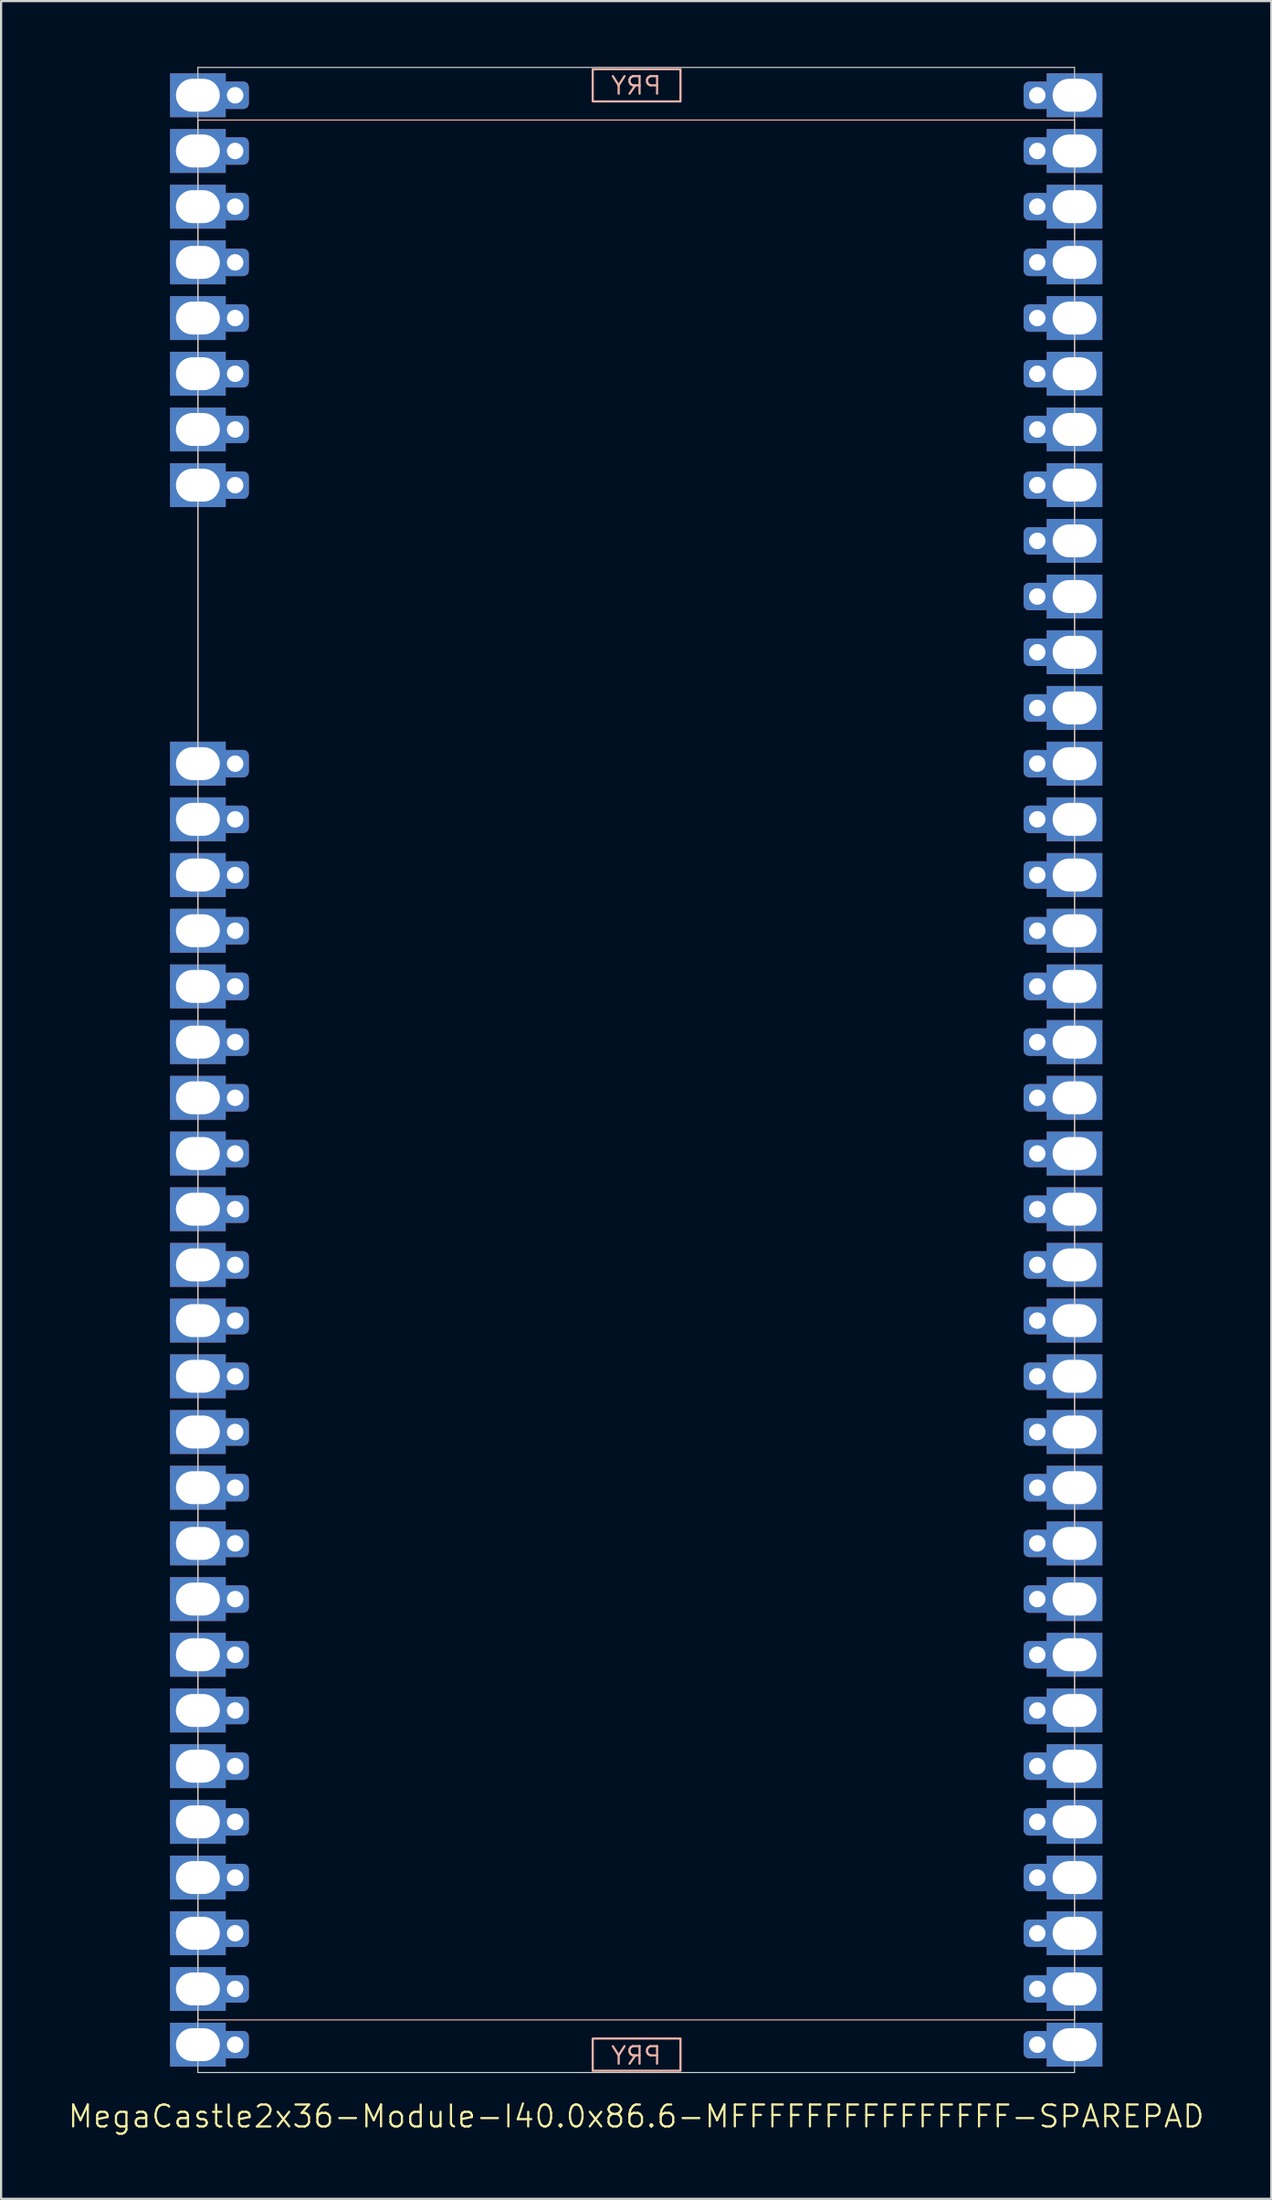
<source format=kicad_pcb>
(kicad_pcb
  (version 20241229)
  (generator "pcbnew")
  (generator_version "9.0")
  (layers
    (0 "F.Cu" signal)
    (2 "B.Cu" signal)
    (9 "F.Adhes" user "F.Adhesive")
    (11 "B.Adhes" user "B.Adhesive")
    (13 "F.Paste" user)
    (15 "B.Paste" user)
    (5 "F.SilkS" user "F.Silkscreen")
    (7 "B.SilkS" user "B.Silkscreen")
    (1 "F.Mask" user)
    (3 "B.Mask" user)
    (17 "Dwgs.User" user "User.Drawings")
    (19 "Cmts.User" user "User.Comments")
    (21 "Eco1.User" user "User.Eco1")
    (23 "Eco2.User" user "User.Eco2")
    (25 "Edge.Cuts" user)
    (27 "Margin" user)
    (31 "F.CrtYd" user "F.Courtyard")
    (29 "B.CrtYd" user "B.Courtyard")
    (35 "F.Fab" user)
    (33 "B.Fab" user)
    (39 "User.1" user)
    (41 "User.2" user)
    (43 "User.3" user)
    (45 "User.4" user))
  (footprint "MegaCastle2x36-Module-I40.0x86.6-MFFFFFFFFFFFFFFF-SPAREPAD"
    (layer "F.Cu")
    (at 25.979 45.745)
    (property "Reference" "MegaCastle2x36-Module-I40.0x86.6-MFFFFFFFFFFFFFFF-SPAREPAD" (at 0 47.72 0) (unlocked yes) (layer "F.SilkS") (effects (font (size 1 1) (thickness 0.1))))
    (attr smd)
    (fp_rect (start -20 43.32) (end 20 -43.32) (stroke (width 0.05) (type default)) (fill no) (layer "B.SilkS"))
    (fp_rect (start -1.984 -44.171) (end 2.02 -45.64) (stroke (width 0.1) (type default)) (fill no) (layer "B.SilkS"))
    (fp_rect (start -1.984 44.171) (end 2.02 45.64) (stroke (width 0.1) (type default)) (fill no) (layer "B.SilkS"))
    (fp_line (start -20 -45.72) (end -20 45.72) (stroke (width 0.05) (type default)) (layer "Edge.Cuts"))
    (fp_line (start -20 -45.72) (end 20 -45.72) (stroke (width 0.05) (type default)) (layer "Edge.Cuts"))
    (fp_line (start -20 45.72) (end 20 45.72) (stroke (width 0.05) (type default)) (layer "Edge.Cuts"))
    (fp_line (start 20 -45.72) (end 20 45.72) (stroke (width 0.05) (type default)) (layer "Edge.Cuts"))
    (fp_text user "PRY" (at 0 -44.42 0) (unlocked yes) (layer "B.SilkS") (effects (font (size 0.8 0.8) (thickness 0.1)) (justify bottom mirror)))
    (fp_text user "PRY" (at 0 45.42 0) (unlocked yes) (layer "B.SilkS") (effects (font (size 0.8 0.8) (thickness 0.1)) (justify bottom mirror)))
    (pad "1" thru_hole rect (at -20 -44.45) (size 2.54 2) (drill oval 2 1.5) (property pad_prop_castellated) (layers "*.Cu" "*.Mask"))
    (pad "1" thru_hole roundrect (at -18.3 -44.45 180) (size 1.25 1.25) (drill 0.75) (layers "*.Cu" "*.Mask") (roundrect_rratio 0.2))
    (pad "2" thru_hole rect (at -20 -41.91) (size 2.54 2) (drill oval 2 1.5) (property pad_prop_castellated) (layers "*.Cu" "*.Mask"))
    (pad "2" thru_hole roundrect (at -18.3 -41.91 180) (size 1.25 1.25) (drill 0.75) (layers "*.Cu" "*.Mask") (roundrect_rratio 0.2))
    (pad "3" thru_hole rect (at -20 -39.37) (size 2.54 2) (drill oval 2 1.5) (property pad_prop_castellated) (layers "*.Cu" "*.Mask"))
    (pad "3" thru_hole roundrect (at -18.3 -39.37 180) (size 1.25 1.25) (drill 0.75) (layers "*.Cu" "*.Mask") (roundrect_rratio 0.2))
    (pad "4" thru_hole rect (at -20 -36.83) (size 2.54 2) (drill oval 2 1.5) (property pad_prop_castellated) (layers "*.Cu" "*.Mask"))
    (pad "4" thru_hole roundrect (at -18.3 -36.83 180) (size 1.25 1.25) (drill 0.75) (layers "*.Cu" "*.Mask") (roundrect_rratio 0.2))
    (pad "5" thru_hole rect (at -20 -34.29) (size 2.54 2) (drill oval 2 1.5) (property pad_prop_castellated) (layers "*.Cu" "*.Mask"))
    (pad "5" thru_hole roundrect (at -18.3 -34.29 180) (size 1.25 1.25) (drill 0.75) (layers "*.Cu" "*.Mask") (roundrect_rratio 0.2))
    (pad "6" thru_hole rect (at -20 -31.75) (size 2.54 2) (drill oval 2 1.5) (property pad_prop_castellated) (layers "*.Cu" "*.Mask"))
    (pad "6" thru_hole roundrect (at -18.3 -31.75 180) (size 1.25 1.25) (drill 0.75) (layers "*.Cu" "*.Mask") (roundrect_rratio 0.2))
    (pad "7" thru_hole rect (at -20 -29.21) (size 2.54 2) (drill oval 2 1.5) (property pad_prop_castellated) (layers "*.Cu" "*.Mask"))
    (pad "7" thru_hole roundrect (at -18.3 -29.21 180) (size 1.25 1.25) (drill 0.75) (layers "*.Cu" "*.Mask") (roundrect_rratio 0.2))
    (pad "8" thru_hole rect (at -20 -26.67) (size 2.54 2) (drill oval 2 1.5) (property pad_prop_castellated) (layers "*.Cu" "*.Mask"))
    (pad "8" thru_hole roundrect (at -18.3 -26.67 180) (size 1.25 1.25) (drill 0.75) (layers "*.Cu" "*.Mask") (roundrect_rratio 0.2))
    (pad "13" thru_hole rect (at -20 -13.97) (size 2.54 2) (drill oval 2 1.5) (property pad_prop_castellated) (layers "*.Cu" "*.Mask"))
    (pad "13" thru_hole roundrect (at -18.3 -13.97 180) (size 1.25 1.25) (drill 0.75) (layers "*.Cu" "*.Mask") (roundrect_rratio 0.2))
    (pad "14" thru_hole rect (at -20 -11.43) (size 2.54 2) (drill oval 2 1.5) (property pad_prop_castellated) (layers "*.Cu" "*.Mask"))
    (pad "14" thru_hole roundrect (at -18.3 -11.43 180) (size 1.25 1.25) (drill 0.75) (layers "*.Cu" "*.Mask") (roundrect_rratio 0.2))
    (pad "15" thru_hole rect (at -20 -8.89) (size 2.54 2) (drill oval 2 1.5) (property pad_prop_castellated) (layers "*.Cu" "*.Mask"))
    (pad "15" thru_hole roundrect (at -18.3 -8.89 180) (size 1.25 1.25) (drill 0.75) (layers "*.Cu" "*.Mask") (roundrect_rratio 0.2))
    (pad "16" thru_hole rect (at -20 -6.35) (size 2.54 2) (drill oval 2 1.5) (property pad_prop_castellated) (layers "*.Cu" "*.Mask"))
    (pad "16" thru_hole roundrect (at -18.3 -6.35 180) (size 1.25 1.25) (drill 0.75) (layers "*.Cu" "*.Mask") (roundrect_rratio 0.2))
    (pad "17" thru_hole rect (at -20 -3.81) (size 2.54 2) (drill oval 2 1.5) (property pad_prop_castellated) (layers "*.Cu" "*.Mask"))
    (pad "17" thru_hole roundrect (at -18.3 -3.81 180) (size 1.25 1.25) (drill 0.75) (layers "*.Cu" "*.Mask") (roundrect_rratio 0.2))
    (pad "18" thru_hole rect (at -20 -1.27) (size 2.54 2) (drill oval 2 1.5) (property pad_prop_castellated) (layers "*.Cu" "*.Mask"))
    (pad "18" thru_hole roundrect (at -18.3 -1.27 180) (size 1.25 1.25) (drill 0.75) (layers "*.Cu" "*.Mask") (roundrect_rratio 0.2))
    (pad "19" thru_hole rect (at -20 1.27) (size 2.54 2) (drill oval 2 1.5) (property pad_prop_castellated) (layers "*.Cu" "*.Mask"))
    (pad "19" thru_hole roundrect (at -18.3 1.27 180) (size 1.25 1.25) (drill 0.75) (layers "*.Cu" "*.Mask") (roundrect_rratio 0.2))
    (pad "20" thru_hole rect (at -20 3.81) (size 2.54 2) (drill oval 2 1.5) (property pad_prop_castellated) (layers "*.Cu" "*.Mask"))
    (pad "20" thru_hole roundrect (at -18.3 3.81 180) (size 1.25 1.25) (drill 0.75) (layers "*.Cu" "*.Mask") (roundrect_rratio 0.2))
    (pad "21" thru_hole rect (at -20 6.35) (size 2.54 2) (drill oval 2 1.5) (property pad_prop_castellated) (layers "*.Cu" "*.Mask"))
    (pad "21" thru_hole roundrect (at -18.3 6.35 180) (size 1.25 1.25) (drill 0.75) (layers "*.Cu" "*.Mask") (roundrect_rratio 0.2))
    (pad "22" thru_hole rect (at -20 8.89) (size 2.54 2) (drill oval 2 1.5) (property pad_prop_castellated) (layers "*.Cu" "*.Mask"))
    (pad "22" thru_hole roundrect (at -18.3 8.89 180) (size 1.25 1.25) (drill 0.75) (layers "*.Cu" "*.Mask") (roundrect_rratio 0.2))
    (pad "23" thru_hole rect (at -20 11.43) (size 2.54 2) (drill oval 2 1.5) (property pad_prop_castellated) (layers "*.Cu" "*.Mask"))
    (pad "23" thru_hole roundrect (at -18.3 11.43 180) (size 1.25 1.25) (drill 0.75) (layers "*.Cu" "*.Mask") (roundrect_rratio 0.2))
    (pad "24" thru_hole rect (at -20 13.97) (size 2.54 2) (drill oval 2 1.5) (property pad_prop_castellated) (layers "*.Cu" "*.Mask"))
    (pad "24" thru_hole roundrect (at -18.3 13.97 180) (size 1.25 1.25) (drill 0.75) (layers "*.Cu" "*.Mask") (roundrect_rratio 0.2))
    (pad "25" thru_hole rect (at -20 16.51) (size 2.54 2) (drill oval 2 1.5) (property pad_prop_castellated) (layers "*.Cu" "*.Mask"))
    (pad "25" thru_hole roundrect (at -18.3 16.51 180) (size 1.25 1.25) (drill 0.75) (layers "*.Cu" "*.Mask") (roundrect_rratio 0.2))
    (pad "26" thru_hole rect (at -20 19.05) (size 2.54 2) (drill oval 2 1.5) (property pad_prop_castellated) (layers "*.Cu" "*.Mask"))
    (pad "26" thru_hole roundrect (at -18.3 19.05 180) (size 1.25 1.25) (drill 0.75) (layers "*.Cu" "*.Mask") (roundrect_rratio 0.2))
    (pad "27" thru_hole rect (at -20 21.59) (size 2.54 2) (drill oval 2 1.5) (property pad_prop_castellated) (layers "*.Cu" "*.Mask"))
    (pad "27" thru_hole roundrect (at -18.3 21.59 180) (size 1.25 1.25) (drill 0.75) (layers "*.Cu" "*.Mask") (roundrect_rratio 0.2))
    (pad "28" thru_hole rect (at -20 24.13) (size 2.54 2) (drill oval 2 1.5) (property pad_prop_castellated) (layers "*.Cu" "*.Mask"))
    (pad "28" thru_hole roundrect (at -18.3 24.13 180) (size 1.25 1.25) (drill 0.75) (layers "*.Cu" "*.Mask") (roundrect_rratio 0.2))
    (pad "29" thru_hole rect (at -20 26.67) (size 2.54 2) (drill oval 2 1.5) (property pad_prop_castellated) (layers "*.Cu" "*.Mask"))
    (pad "29" thru_hole roundrect (at -18.3 26.67 180) (size 1.25 1.25) (drill 0.75) (layers "*.Cu" "*.Mask") (roundrect_rratio 0.2))
    (pad "30" thru_hole rect (at -20 29.21) (size 2.54 2) (drill oval 2 1.5) (property pad_prop_castellated) (layers "*.Cu" "*.Mask"))
    (pad "30" thru_hole roundrect (at -18.3 29.21 180) (size 1.25 1.25) (drill 0.75) (layers "*.Cu" "*.Mask") (roundrect_rratio 0.2))
    (pad "31" thru_hole rect (at -20 31.75) (size 2.54 2) (drill oval 2 1.5) (property pad_prop_castellated) (layers "*.Cu" "*.Mask"))
    (pad "31" thru_hole roundrect (at -18.3 31.75 180) (size 1.25 1.25) (drill 0.75) (layers "*.Cu" "*.Mask") (roundrect_rratio 0.2))
    (pad "32" thru_hole rect (at -20 34.29) (size 2.54 2) (drill oval 2 1.5) (property pad_prop_castellated) (layers "*.Cu" "*.Mask"))
    (pad "32" thru_hole roundrect (at -18.3 34.29 180) (size 1.25 1.25) (drill 0.75) (layers "*.Cu" "*.Mask") (roundrect_rratio 0.2))
    (pad "33" thru_hole rect (at -20 36.83) (size 2.54 2) (drill oval 2 1.5) (property pad_prop_castellated) (layers "*.Cu" "*.Mask"))
    (pad "33" thru_hole roundrect (at -18.3 36.83 180) (size 1.25 1.25) (drill 0.75) (layers "*.Cu" "*.Mask") (roundrect_rratio 0.2))
    (pad "34" thru_hole rect (at -20 39.37) (size 2.54 2) (drill oval 2 1.5) (property pad_prop_castellated) (layers "*.Cu" "*.Mask"))
    (pad "34" thru_hole roundrect (at -18.3 39.37 180) (size 1.25 1.25) (drill 0.75) (layers "*.Cu" "*.Mask") (roundrect_rratio 0.2))
    (pad "35" thru_hole rect (at -20 41.91) (size 2.54 2) (drill oval 2 1.5) (property pad_prop_castellated) (layers "*.Cu" "*.Mask"))
    (pad "35" thru_hole roundrect (at -18.3 41.91 180) (size 1.25 1.25) (drill 0.75) (layers "*.Cu" "*.Mask") (roundrect_rratio 0.2))
    (pad "36" thru_hole rect (at -20 44.45) (size 2.54 2) (drill oval 2 1.5) (property pad_prop_castellated) (layers "*.Cu" "*.Mask"))
    (pad "36" thru_hole roundrect (at -18.3 44.45 180) (size 1.25 1.25) (drill 0.75) (layers "*.Cu" "*.Mask") (roundrect_rratio 0.2))
    (pad "37" thru_hole roundrect (at 18.3 -44.45 180) (size 1.25 1.25) (drill 0.75) (layers "*.Cu" "*.Mask") (roundrect_rratio 0.2))
    (pad "37" thru_hole rect (at 20 -44.45) (size 2.54 2) (drill oval 2 1.5) (property pad_prop_castellated) (layers "*.Cu" "*.Mask"))
    (pad "38" thru_hole roundrect (at 18.3 -41.91 180) (size 1.25 1.25) (drill 0.75) (layers "*.Cu" "*.Mask") (roundrect_rratio 0.2))
    (pad "38" thru_hole rect (at 20 -41.91) (size 2.54 2) (drill oval 2 1.5) (property pad_prop_castellated) (layers "*.Cu" "*.Mask"))
    (pad "39" thru_hole roundrect (at 18.3 -39.37 180) (size 1.25 1.25) (drill 0.75) (layers "*.Cu" "*.Mask") (roundrect_rratio 0.2))
    (pad "39" thru_hole rect (at 20 -39.37) (size 2.54 2) (drill oval 2 1.5) (property pad_prop_castellated) (layers "*.Cu" "*.Mask"))
    (pad "40" thru_hole roundrect (at 18.3 -36.83 180) (size 1.25 1.25) (drill 0.75) (layers "*.Cu" "*.Mask") (roundrect_rratio 0.2))
    (pad "40" thru_hole rect (at 20 -36.83) (size 2.54 2) (drill oval 2 1.5) (property pad_prop_castellated) (layers "*.Cu" "*.Mask"))
    (pad "41" thru_hole roundrect (at 18.3 -34.29 180) (size 1.25 1.25) (drill 0.75) (layers "*.Cu" "*.Mask") (roundrect_rratio 0.2))
    (pad "41" thru_hole rect (at 20 -34.29) (size 2.54 2) (drill oval 2 1.5) (property pad_prop_castellated) (layers "*.Cu" "*.Mask"))
    (pad "42" thru_hole roundrect (at 18.3 -31.75 180) (size 1.25 1.25) (drill 0.75) (layers "*.Cu" "*.Mask") (roundrect_rratio 0.2))
    (pad "42" thru_hole rect (at 20 -31.75) (size 2.54 2) (drill oval 2 1.5) (property pad_prop_castellated) (layers "*.Cu" "*.Mask"))
    (pad "43" thru_hole roundrect (at 18.3 -29.21 180) (size 1.25 1.25) (drill 0.75) (layers "*.Cu" "*.Mask") (roundrect_rratio 0.2))
    (pad "43" thru_hole rect (at 20 -29.21) (size 2.54 2) (drill oval 2 1.5) (property pad_prop_castellated) (layers "*.Cu" "*.Mask"))
    (pad "44" thru_hole roundrect (at 18.3 -26.67 180) (size 1.25 1.25) (drill 0.75) (layers "*.Cu" "*.Mask") (roundrect_rratio 0.2))
    (pad "44" thru_hole rect (at 20 -26.67) (size 2.54 2) (drill oval 2 1.5) (property pad_prop_castellated) (layers "*.Cu" "*.Mask"))
    (pad "45" thru_hole roundrect (at 18.3 -24.13 180) (size 1.25 1.25) (drill 0.75) (layers "*.Cu" "*.Mask") (roundrect_rratio 0.2))
    (pad "45" thru_hole rect (at 20 -24.13) (size 2.54 2) (drill oval 2 1.5) (property pad_prop_castellated) (layers "*.Cu" "*.Mask"))
    (pad "46" thru_hole roundrect (at 18.3 -21.59 180) (size 1.25 1.25) (drill 0.75) (layers "*.Cu" "*.Mask") (roundrect_rratio 0.2))
    (pad "46" thru_hole rect (at 20 -21.59) (size 2.54 2) (drill oval 2 1.5) (property pad_prop_castellated) (layers "*.Cu" "*.Mask"))
    (pad "47" thru_hole roundrect (at 18.3 -19.05 180) (size 1.25 1.25) (drill 0.75) (layers "*.Cu" "*.Mask") (roundrect_rratio 0.2))
    (pad "47" thru_hole rect (at 20 -19.05) (size 2.54 2) (drill oval 2 1.5) (property pad_prop_castellated) (layers "*.Cu" "*.Mask"))
    (pad "48" thru_hole roundrect (at 18.3 -16.51 180) (size 1.25 1.25) (drill 0.75) (layers "*.Cu" "*.Mask") (roundrect_rratio 0.2))
    (pad "48" thru_hole rect (at 20 -16.51) (size 2.54 2) (drill oval 2 1.5) (property pad_prop_castellated) (layers "*.Cu" "*.Mask"))
    (pad "49" thru_hole roundrect (at 18.3 -13.97 180) (size 1.25 1.25) (drill 0.75) (layers "*.Cu" "*.Mask") (roundrect_rratio 0.2))
    (pad "49" thru_hole rect (at 20 -13.97) (size 2.54 2) (drill oval 2 1.5) (property pad_prop_castellated) (layers "*.Cu" "*.Mask"))
    (pad "50" thru_hole roundrect (at 18.3 -11.43 180) (size 1.25 1.25) (drill 0.75) (layers "*.Cu" "*.Mask") (roundrect_rratio 0.2))
    (pad "50" thru_hole rect (at 20 -11.43) (size 2.54 2) (drill oval 2 1.5) (property pad_prop_castellated) (layers "*.Cu" "*.Mask"))
    (pad "51" thru_hole roundrect (at 18.3 -8.89 180) (size 1.25 1.25) (drill 0.75) (layers "*.Cu" "*.Mask") (roundrect_rratio 0.2))
    (pad "51" thru_hole rect (at 20 -8.89) (size 2.54 2) (drill oval 2 1.5) (property pad_prop_castellated) (layers "*.Cu" "*.Mask"))
    (pad "52" thru_hole roundrect (at 18.3 -6.35 180) (size 1.25 1.25) (drill 0.75) (layers "*.Cu" "*.Mask") (roundrect_rratio 0.2))
    (pad "52" thru_hole rect (at 20 -6.35) (size 2.54 2) (drill oval 2 1.5) (property pad_prop_castellated) (layers "*.Cu" "*.Mask"))
    (pad "53" thru_hole roundrect (at 18.3 -3.81 180) (size 1.25 1.25) (drill 0.75) (layers "*.Cu" "*.Mask") (roundrect_rratio 0.2))
    (pad "53" thru_hole rect (at 20 -3.81) (size 2.54 2) (drill oval 2 1.5) (property pad_prop_castellated) (layers "*.Cu" "*.Mask"))
    (pad "54" thru_hole roundrect (at 18.3 -1.27 180) (size 1.25 1.25) (drill 0.75) (layers "*.Cu" "*.Mask") (roundrect_rratio 0.2))
    (pad "54" thru_hole rect (at 20 -1.27) (size 2.54 2) (drill oval 2 1.5) (property pad_prop_castellated) (layers "*.Cu" "*.Mask"))
    (pad "55" thru_hole roundrect (at 18.3 1.27 180) (size 1.25 1.25) (drill 0.75) (layers "*.Cu" "*.Mask") (roundrect_rratio 0.2))
    (pad "55" thru_hole rect (at 20 1.27) (size 2.54 2) (drill oval 2 1.5) (property pad_prop_castellated) (layers "*.Cu" "*.Mask"))
    (pad "56" thru_hole roundrect (at 18.3 3.81 180) (size 1.25 1.25) (drill 0.75) (layers "*.Cu" "*.Mask") (roundrect_rratio 0.2))
    (pad "56" thru_hole rect (at 20 3.81) (size 2.54 2) (drill oval 2 1.5) (property pad_prop_castellated) (layers "*.Cu" "*.Mask"))
    (pad "57" thru_hole roundrect (at 18.3 6.35 180) (size 1.25 1.25) (drill 0.75) (layers "*.Cu" "*.Mask") (roundrect_rratio 0.2))
    (pad "57" thru_hole rect (at 20 6.35) (size 2.54 2) (drill oval 2 1.5) (property pad_prop_castellated) (layers "*.Cu" "*.Mask"))
    (pad "58" thru_hole roundrect (at 18.3 8.89 180) (size 1.25 1.25) (drill 0.75) (layers "*.Cu" "*.Mask") (roundrect_rratio 0.2))
    (pad "58" thru_hole rect (at 20 8.89) (size 2.54 2) (drill oval 2 1.5) (property pad_prop_castellated) (layers "*.Cu" "*.Mask"))
    (pad "59" thru_hole roundrect (at 18.3 11.43 180) (size 1.25 1.25) (drill 0.75) (layers "*.Cu" "*.Mask") (roundrect_rratio 0.2))
    (pad "59" thru_hole rect (at 20 11.43) (size 2.54 2) (drill oval 2 1.5) (property pad_prop_castellated) (layers "*.Cu" "*.Mask"))
    (pad "60" thru_hole roundrect (at 18.3 13.97 180) (size 1.25 1.25) (drill 0.75) (layers "*.Cu" "*.Mask") (roundrect_rratio 0.2))
    (pad "60" thru_hole rect (at 20 13.97) (size 2.54 2) (drill oval 2 1.5) (property pad_prop_castellated) (layers "*.Cu" "*.Mask"))
    (pad "61" thru_hole roundrect (at 18.3 16.51 180) (size 1.25 1.25) (drill 0.75) (layers "*.Cu" "*.Mask") (roundrect_rratio 0.2))
    (pad "61" thru_hole rect (at 20 16.51) (size 2.54 2) (drill oval 2 1.5) (property pad_prop_castellated) (layers "*.Cu" "*.Mask"))
    (pad "62" thru_hole roundrect (at 18.3 19.05 180) (size 1.25 1.25) (drill 0.75) (layers "*.Cu" "*.Mask") (roundrect_rratio 0.2))
    (pad "62" thru_hole rect (at 20 19.05) (size 2.54 2) (drill oval 2 1.5) (property pad_prop_castellated) (layers "*.Cu" "*.Mask"))
    (pad "63" thru_hole roundrect (at 18.3 21.59 180) (size 1.25 1.25) (drill 0.75) (layers "*.Cu" "*.Mask") (roundrect_rratio 0.2))
    (pad "63" thru_hole rect (at 20 21.59) (size 2.54 2) (drill oval 2 1.5) (property pad_prop_castellated) (layers "*.Cu" "*.Mask"))
    (pad "64" thru_hole roundrect (at 18.3 24.13 180) (size 1.25 1.25) (drill 0.75) (layers "*.Cu" "*.Mask") (roundrect_rratio 0.2))
    (pad "64" thru_hole rect (at 20 24.13) (size 2.54 2) (drill oval 2 1.5) (property pad_prop_castellated) (layers "*.Cu" "*.Mask"))
    (pad "65" thru_hole roundrect (at 18.3 26.67 180) (size 1.25 1.25) (drill 0.75) (layers "*.Cu" "*.Mask") (roundrect_rratio 0.2))
    (pad "65" thru_hole rect (at 20 26.67) (size 2.54 2) (drill oval 2 1.5) (property pad_prop_castellated) (layers "*.Cu" "*.Mask"))
    (pad "66" thru_hole roundrect (at 18.3 29.21 180) (size 1.25 1.25) (drill 0.75) (layers "*.Cu" "*.Mask") (roundrect_rratio 0.2))
    (pad "66" thru_hole rect (at 20 29.21) (size 2.54 2) (drill oval 2 1.5) (property pad_prop_castellated) (layers "*.Cu" "*.Mask"))
    (pad "67" thru_hole roundrect (at 18.3 31.75 180) (size 1.25 1.25) (drill 0.75) (layers "*.Cu" "*.Mask") (roundrect_rratio 0.2))
    (pad "67" thru_hole rect (at 20 31.75) (size 2.54 2) (drill oval 2 1.5) (property pad_prop_castellated) (layers "*.Cu" "*.Mask"))
    (pad "68" thru_hole roundrect (at 18.3 34.29 180) (size 1.25 1.25) (drill 0.75) (layers "*.Cu" "*.Mask") (roundrect_rratio 0.2))
    (pad "68" thru_hole rect (at 20 34.29) (size 2.54 2) (drill oval 2 1.5) (property pad_prop_castellated) (layers "*.Cu" "*.Mask"))
    (pad "69" thru_hole roundrect (at 18.3 36.83 180) (size 1.25 1.25) (drill 0.75) (layers "*.Cu" "*.Mask") (roundrect_rratio 0.2))
    (pad "69" thru_hole rect (at 20 36.83) (size 2.54 2) (drill oval 2 1.5) (property pad_prop_castellated) (layers "*.Cu" "*.Mask"))
    (pad "70" thru_hole roundrect (at 18.3 39.37 180) (size 1.25 1.25) (drill 0.75) (layers "*.Cu" "*.Mask") (roundrect_rratio 0.2))
    (pad "70" thru_hole rect (at 20 39.37) (size 2.54 2) (drill oval 2 1.5) (property pad_prop_castellated) (layers "*.Cu" "*.Mask"))
    (pad "71" thru_hole roundrect (at 18.3 41.91 180) (size 1.25 1.25) (drill 0.75) (layers "*.Cu" "*.Mask") (roundrect_rratio 0.2))
    (pad "71" thru_hole rect (at 20 41.91) (size 2.54 2) (drill oval 2 1.5) (property pad_prop_castellated) (layers "*.Cu" "*.Mask"))
    (pad "72" thru_hole roundrect (at 18.3 44.45 180) (size 1.25 1.25) (drill 0.75) (layers "*.Cu" "*.Mask") (roundrect_rratio 0.2))
    (pad "72" thru_hole rect (at 20 44.45) (size 2.54 2) (drill oval 2 1.5) (property pad_prop_castellated) (layers "*.Cu" "*.Mask"))
    (zone (net_name "") (layer "B.Cu") (hatch edge 0.5) (connect_pads) (min_thickness 0.25) (filled_areas_thickness no) (keepout (tracks allowed) (vias allowed) (pads allowed) (copperpour allowed) (footprints not_allowed)) (placement (enabled no)) (fill) (polygon (pts (xy 5.979 91.465) (xy 5.979 0.025))))
    (zone (net_name "") (layer "B.Cu") (hatch edge 0.5) (connect_pads) (min_thickness 0.25) (filled_areas_thickness no) (keepout (tracks allowed) (vias allowed) (pads allowed) (copperpour allowed) (footprints not_allowed)) (placement (enabled no)) (fill) (polygon (pts (xy 45.979 91.465) (xy 45.979 0.025))))
    (zone (net_name "") (layer "B.Cu") (hatch edge 0.5) (connect_pads) (min_thickness 0.25) (filled_areas_thickness no) (keepout (tracks allowed) (vias allowed) (pads allowed) (copperpour allowed) (footprints not_allowed)) (placement (enabled no)) (fill) (polygon (pts (xy 5.979 0.025) (xy 5.979 2.425) (xy 45.979 2.425) (xy 45.979 0.025))))
    (zone (net_name "") (layer "B.Cu") (hatch edge 0.5) (connect_pads) (min_thickness 0.25) (filled_areas_thickness no) (keepout (tracks allowed) (vias allowed) (pads allowed) (copperpour allowed) (footprints not_allowed)) (placement (enabled no)) (fill) (polygon (pts (xy 5.979 91.465) (xy 5.979 89.065) (xy 45.979 89.065) (xy 45.979 91.465))))
    (zone (net_name "") (layer "B.Cu") (name "Upper Pry Zone") (hatch edge 0.5) (connect_pads) (min_thickness 0.25) (filled_areas_thickness no) (keepout (tracks not_allowed) (vias not_allowed) (pads not_allowed) (copperpour allowed) (footprints not_allowed)) (placement (enabled no)) (fill) (polygon (pts (xy 23.994 1.574) (xy 23.994 0.105) (xy 27.998 0.105) (xy 27.998 1.574))))
    (zone (net_name "") (layer "B.Cu") (name "Upper Pry Zone") (hatch edge 0.5) (connect_pads) (min_thickness 0.25) (filled_areas_thickness no) (keepout (tracks not_allowed) (vias not_allowed) (pads not_allowed) (copperpour allowed) (footprints not_allowed)) (placement (enabled no)) (fill) (polygon (pts (xy 23.994 89.916) (xy 23.994 91.385) (xy 27.998 91.385) (xy 27.998 89.916)))))
  (gr_rect
    (start -3 -3)
    (end 54.957 97.226)
    (stroke (width 0.1) (type default))
    (fill no)
    (layer "Edge.Cuts")))
</source>
